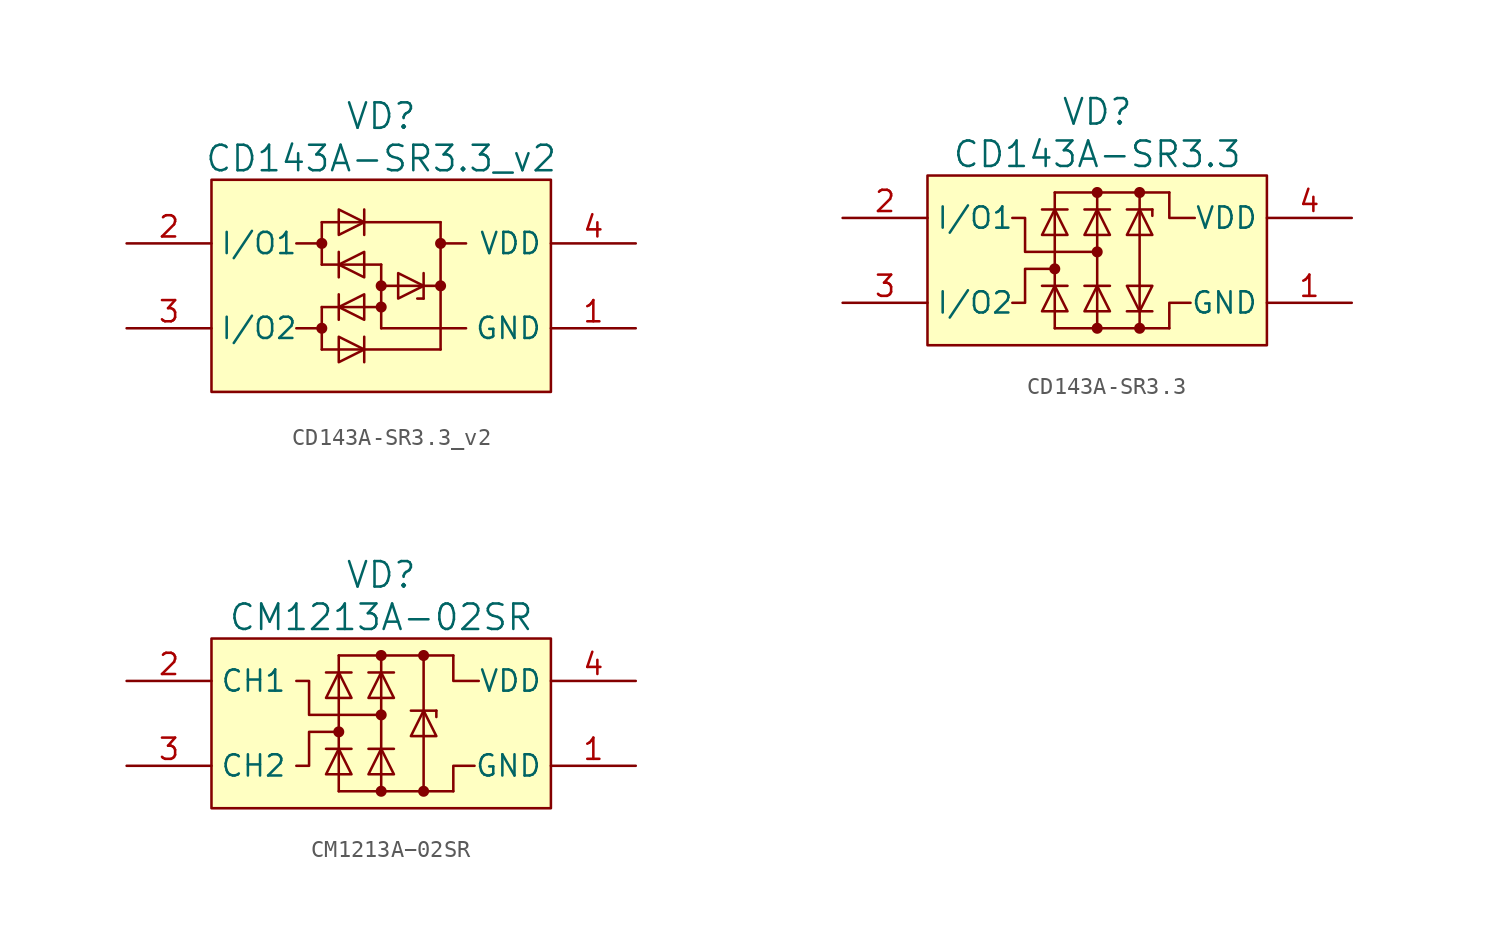
<source format=kicad_sym>
(kicad_symbol_lib
  (version 20220914)
  (generator kicad_symbol_editor)
  (symbol "CD143A-SR3.3_v2"
    (property "Reference" "VD"
      (at 0 10.16 0)
      (effects (font (size 1.524 1.524))))
    (property "Value" "CD143A-SR3.3_v2"
      (at 0 7.62 0)
      (effects (font (size 1.524 1.524))))
    (property "Datasheet" ""
      (at 16.51 -1.27 0)
      (effects (font (size 1.524 1.524))))
    (symbol "CD143A-SR3.3_v2_0_1"
      (rectangle (start -10.16 6.35) (end 10.16 -6.35) (stroke (width 0) (type solid)) (fill (type background)))
      (circle (center -3.556 -2.54) (radius 0.254) (stroke (width 0) (type solid)) (fill (type outline)))
      (circle (center -3.556 2.54) (radius 0.254) (stroke (width 0) (type solid)) (fill (type outline)))
      (circle (center 0 -1.27) (radius 0.254) (stroke (width 0) (type solid)) (fill (type outline)))
      (polyline (pts (xy -3.556 -3.81) (xy -3.556 -1.27)) (stroke (width 0) (type solid)) (fill (type none)))
      (polyline (pts (xy -3.556 -3.81) (xy 3.556 -3.81)) (stroke (width 0) (type solid)) (fill (type none)))
      (polyline (pts (xy -3.556 -2.54) (xy -5.08 -2.54)) (stroke (width 0) (type solid)) (fill (type none)))
      (polyline (pts (xy -3.556 -1.27) (xy 0 -1.27)) (stroke (width 0) (type solid)) (fill (type none)))
      (polyline (pts (xy -3.556 1.27) (xy -3.556 3.81)) (stroke (width 0) (type solid)) (fill (type none)))
      (polyline (pts (xy -3.556 1.27) (xy 0 1.27)) (stroke (width 0) (type solid)) (fill (type none)))
      (polyline (pts (xy -3.556 2.54) (xy -5.08 2.54)) (stroke (width 0) (type solid)) (fill (type none)))
      (polyline (pts (xy -3.556 3.81) (xy 3.556 3.81)) (stroke (width 0) (type solid)) (fill (type none)))
      (polyline (pts (xy -2.54 -2.032) (xy -2.54 -0.508)) (stroke (width 0) (type solid)) (fill (type none)))
      (polyline (pts (xy -2.54 0.508) (xy -2.54 2.032)) (stroke (width 0) (type solid)) (fill (type none)))
      (polyline (pts (xy -1.016 -4.572) (xy -1.016 -3.048)) (stroke (width 0) (type solid)) (fill (type none)))
      (polyline (pts (xy -1.016 3.048) (xy -1.016 4.572)) (stroke (width 0) (type solid)) (fill (type none)))
      (polyline (pts (xy 0 -2.54) (xy 0 1.27)) (stroke (width 0) (type solid)) (fill (type none)))
      (polyline (pts (xy 2.54 -0.762) (xy 2.159 -0.762)) (stroke (width 0) (type solid)) (fill (type none)))
      (polyline (pts (xy 2.54 -0.762) (xy 2.54 0.762)) (stroke (width 0) (type solid)) (fill (type none)))
      (polyline (pts (xy 3.556 -3.81) (xy 3.556 3.81)) (stroke (width 0) (type solid)) (fill (type none)))
      (polyline (pts (xy 3.556 0) (xy 0 0)) (stroke (width 0) (type solid)) (fill (type none)))
      (polyline (pts (xy 5.08 -2.54) (xy 0 -2.54)) (stroke (width 0) (type solid)) (fill (type none)))
      (polyline (pts (xy 5.08 2.54) (xy 3.556 2.54)) (stroke (width 0) (type solid)) (fill (type none)))
      (polyline (pts (xy -2.54 -1.27) (xy -1.016 -0.508) (xy -1.016 -2.032) (xy -2.54 -1.27)) (stroke (width 0) (type solid)) (fill (type none)))
      (polyline (pts (xy -2.54 1.27) (xy -1.016 2.032) (xy -1.016 0.508) (xy -2.54 1.27)) (stroke (width 0) (type solid)) (fill (type none)))
      (polyline (pts (xy -1.016 -3.81) (xy -2.54 -3.048) (xy -2.54 -4.572) (xy -1.016 -3.81)) (stroke (width 0) (type solid)) (fill (type none)))
      (polyline (pts (xy -1.016 3.81) (xy -2.54 4.572) (xy -2.54 3.048) (xy -1.016 3.81)) (stroke (width 0) (type solid)) (fill (type none)))
      (polyline (pts (xy 2.54 0) (xy 1.016 0.762) (xy 1.016 -0.762) (xy 2.54 0)) (stroke (width 0) (type solid)) (fill (type none)))
      (circle (center 0 0) (radius 0.254) (stroke (width 0) (type solid)) (fill (type outline)))
      (circle (center 3.556 0) (radius 0.254) (stroke (width 0) (type solid)) (fill (type outline)))
      (circle (center 3.556 2.54) (radius 0.254) (stroke (width 0) (type solid)) (fill (type outline))))
    (symbol "CD143A-SR3.3_v2_1_1"
      (pin power_in line (at 15.24 -2.54 180) (length 5.08) (name "GND" (effects (font (size 1.27 1.27)))) (number "1" (effects (font (size 1.27 1.27)))))
      (pin passive line (at -15.24 2.54 0) (length 5.08) (name "I/O1" (effects (font (size 1.27 1.27)))) (number "2" (effects (font (size 1.27 1.27)))))
      (pin passive line (at -15.24 -2.54 0) (length 5.08) (name "I/O2" (effects (font (size 1.27 1.27)))) (number "3" (effects (font (size 1.27 1.27)))))
      (pin power_in line (at 15.24 2.54 180) (length 5.08) (name "VDD" (effects (font (size 1.27 1.27)))) (number "4" (effects (font (size 1.27 1.27)))))))
  (symbol "CD143A-SR3.3"
    (property "Reference" "VD"
      (at 0 8.89 0)
      (effects (font (size 1.524 1.524))))
    (property "Value" "CD143A-SR3.3"
      (at 0 6.35 0)
      (effects (font (size 1.524 1.524))))
    (property "Datasheet" ""
      (at 16.51 -1.27 0)
      (effects (font (size 1.524 1.524))))
    (symbol "CD143A-SR3.3_0_1"
      (rectangle (start -10.16 5.08) (end 10.16 -5.08) (stroke (width 0) (type solid)) (fill (type background)))
      (circle (center -2.54 -0.508) (radius 0.254) (stroke (width 0) (type solid)) (fill (type outline)))
      (circle (center 0 -4.064) (radius 0.254) (stroke (width 0) (type solid)) (fill (type outline)))
      (polyline (pts (xy -2.54 -4.064) (xy 4.318 -4.064)) (stroke (width 0) (type solid)) (fill (type none)))
      (polyline (pts (xy -2.54 4.064) (xy 4.318 4.064)) (stroke (width 0) (type solid)) (fill (type none)))
      (polyline (pts (xy -1.778 -1.524) (xy -3.302 -1.524)) (stroke (width 0) (type solid)) (fill (type none)))
      (polyline (pts (xy -1.778 3.048) (xy -3.302 3.048)) (stroke (width 0) (type solid)) (fill (type none)))
      (polyline (pts (xy 0 -4.064) (xy 0 4.064)) (stroke (width 0) (type solid)) (fill (type none)))
      (polyline (pts (xy 0.762 -1.524) (xy -0.762 -1.524)) (stroke (width 0) (type solid)) (fill (type none)))
      (polyline (pts (xy 0.762 3.048) (xy -0.762 3.048)) (stroke (width 0) (type solid)) (fill (type none)))
      (polyline (pts (xy 1.778 -3.048) (xy 3.302 -3.048)) (stroke (width 0) (type solid)) (fill (type none)))
      (polyline (pts (xy 2.54 -4.064) (xy 2.54 4.064)) (stroke (width 0) (type solid)) (fill (type none)))
      (polyline (pts (xy 3.302 3.048) (xy 1.778 3.048)) (stroke (width 0) (type solid)) (fill (type none)))
      (polyline (pts (xy 3.302 3.048) (xy 3.302 2.667)) (stroke (width 0) (type solid)) (fill (type none)))
      (polyline (pts (xy -2.54 4.064) (xy -2.54 -1.016) (xy -2.54 -4.064)) (stroke (width 0) (type solid)) (fill (type none)))
      (polyline (pts (xy 4.318 -4.064) (xy 4.318 -2.54) (xy 5.588 -2.54)) (stroke (width 0) (type solid)) (fill (type none)))
      (polyline (pts (xy 4.318 4.064) (xy 4.318 2.54) (xy 5.842 2.54)) (stroke (width 0) (type solid)) (fill (type none)))
      (polyline (pts (xy -5.08 2.54) (xy -4.318 2.54) (xy -4.318 0.508) (xy 0 0.508)) (stroke (width 0) (type solid)) (fill (type none)))
      (polyline (pts (xy -2.54 -1.524) (xy -3.302 -3.048) (xy -1.778 -3.048) (xy -2.54 -1.524)) (stroke (width 0) (type solid)) (fill (type none)))
      (polyline (pts (xy -2.54 -0.508) (xy -4.318 -0.508) (xy -4.318 -2.54) (xy -5.08 -2.54)) (stroke (width 0) (type solid)) (fill (type none)))
      (polyline (pts (xy -2.54 3.048) (xy -3.302 1.524) (xy -1.778 1.524) (xy -2.54 3.048)) (stroke (width 0) (type solid)) (fill (type none)))
      (polyline (pts (xy 0 -1.524) (xy -0.762 -3.048) (xy 0.762 -3.048) (xy 0 -1.524)) (stroke (width 0) (type solid)) (fill (type none)))
      (polyline (pts (xy 0 3.048) (xy -0.762 1.524) (xy 0.762 1.524) (xy 0 3.048)) (stroke (width 0) (type solid)) (fill (type none)))
      (polyline (pts (xy 2.54 -3.048) (xy 3.302 -1.524) (xy 1.778 -1.524) (xy 2.54 -3.048)) (stroke (width 0) (type solid)) (fill (type none)))
      (polyline (pts (xy 2.54 3.048) (xy 1.778 1.524) (xy 3.302 1.524) (xy 2.54 3.048)) (stroke (width 0) (type solid)) (fill (type none)))
      (circle (center 0 0.508) (radius 0.254) (stroke (width 0) (type solid)) (fill (type outline)))
      (circle (center 0 4.064) (radius 0.254) (stroke (width 0) (type solid)) (fill (type outline)))
      (circle (center 2.54 -4.064) (radius 0.254) (stroke (width 0) (type solid)) (fill (type outline)))
      (circle (center 2.54 4.064) (radius 0.254) (stroke (width 0) (type solid)) (fill (type outline))))
    (symbol "CD143A-SR3.3_1_1"
      (pin power_in line (at 15.24 -2.54 180) (length 5.08) (name "GND" (effects (font (size 1.27 1.27)))) (number "1" (effects (font (size 1.27 1.27)))))
      (pin passive line (at -15.24 2.54 0) (length 5.08) (name "I/O1" (effects (font (size 1.27 1.27)))) (number "2" (effects (font (size 1.27 1.27)))))
      (pin passive line (at -15.24 -2.54 0) (length 5.08) (name "I/O2" (effects (font (size 1.27 1.27)))) (number "3" (effects (font (size 1.27 1.27)))))
      (pin power_in line (at 15.24 2.54 180) (length 5.08) (name "VDD" (effects (font (size 1.27 1.27)))) (number "4" (effects (font (size 1.27 1.27)))))))
  (symbol "CM1213A−02SR"
    (property "Reference" "VD"
      (at 0 8.89 0)
      (effects (font (size 1.524 1.524))))
    (property "Value" "CM1213A−02SR"
      (at 0 6.35 0)
      (effects (font (size 1.524 1.524))))
    (property "Datasheet" ""
      (at 16.51 -1.27 0)
      (effects (font (size 1.524 1.524))))
    (symbol "CM1213A−02SR_0_1"
      (rectangle (start -10.16 5.08) (end 10.16 -5.08) (stroke (width 0) (type solid)) (fill (type background)))
      (circle (center -2.54 -0.508) (radius 0.254) (stroke (width 0) (type solid)) (fill (type outline)))
      (circle (center 0 -4.064) (radius 0.254) (stroke (width 0) (type solid)) (fill (type outline)))
      (polyline (pts (xy -2.54 -4.064) (xy 4.318 -4.064)) (stroke (width 0) (type solid)) (fill (type none)))
      (polyline (pts (xy -2.54 4.064) (xy 4.318 4.064)) (stroke (width 0) (type solid)) (fill (type none)))
      (polyline (pts (xy -1.778 -1.524) (xy -3.302 -1.524)) (stroke (width 0) (type solid)) (fill (type none)))
      (polyline (pts (xy -1.778 3.048) (xy -3.302 3.048)) (stroke (width 0) (type solid)) (fill (type none)))
      (polyline (pts (xy 0 -4.064) (xy 0 4.064)) (stroke (width 0) (type solid)) (fill (type none)))
      (polyline (pts (xy 0.762 -1.524) (xy -0.762 -1.524)) (stroke (width 0) (type solid)) (fill (type none)))
      (polyline (pts (xy 0.762 3.048) (xy -0.762 3.048)) (stroke (width 0) (type solid)) (fill (type none)))
      (polyline (pts (xy 2.54 -4.064) (xy 2.54 4.064)) (stroke (width 0) (type solid)) (fill (type none)))
      (polyline (pts (xy 3.302 0.762) (xy 1.778 0.762)) (stroke (width 0) (type solid)) (fill (type none)))
      (polyline (pts (xy 3.302 0.762) (xy 3.302 0.381)) (stroke (width 0) (type solid)) (fill (type none)))
      (polyline (pts (xy -2.54 4.064) (xy -2.54 -1.016) (xy -2.54 -4.064)) (stroke (width 0) (type solid)) (fill (type none)))
      (polyline (pts (xy 4.318 -4.064) (xy 4.318 -2.54) (xy 5.588 -2.54)) (stroke (width 0) (type solid)) (fill (type none)))
      (polyline (pts (xy 4.318 4.064) (xy 4.318 2.54) (xy 5.842 2.54)) (stroke (width 0) (type solid)) (fill (type none)))
      (polyline (pts (xy -5.08 2.54) (xy -4.318 2.54) (xy -4.318 0.508) (xy 0 0.508)) (stroke (width 0) (type solid)) (fill (type none)))
      (polyline (pts (xy -2.54 -1.524) (xy -3.302 -3.048) (xy -1.778 -3.048) (xy -2.54 -1.524)) (stroke (width 0) (type solid)) (fill (type none)))
      (polyline (pts (xy -2.54 -0.508) (xy -4.318 -0.508) (xy -4.318 -2.54) (xy -5.08 -2.54)) (stroke (width 0) (type solid)) (fill (type none)))
      (polyline (pts (xy -2.54 3.048) (xy -3.302 1.524) (xy -1.778 1.524) (xy -2.54 3.048)) (stroke (width 0) (type solid)) (fill (type none)))
      (polyline (pts (xy 0 -1.524) (xy -0.762 -3.048) (xy 0.762 -3.048) (xy 0 -1.524)) (stroke (width 0) (type solid)) (fill (type none)))
      (polyline (pts (xy 0 3.048) (xy -0.762 1.524) (xy 0.762 1.524) (xy 0 3.048)) (stroke (width 0) (type solid)) (fill (type none)))
      (polyline (pts (xy 2.54 0.762) (xy 1.778 -0.762) (xy 3.302 -0.762) (xy 2.54 0.762)) (stroke (width 0) (type solid)) (fill (type none)))
      (circle (center 0 0.508) (radius 0.254) (stroke (width 0) (type solid)) (fill (type outline)))
      (circle (center 0 4.064) (radius 0.254) (stroke (width 0) (type solid)) (fill (type outline)))
      (circle (center 2.54 -4.064) (radius 0.254) (stroke (width 0) (type solid)) (fill (type outline)))
      (circle (center 2.54 4.064) (radius 0.254) (stroke (width 0) (type solid)) (fill (type outline))))
    (symbol "CM1213A−02SR_1_1"
      (pin power_in line (at 15.24 -2.54 180) (length 5.08) (name "GND" (effects (font (size 1.27 1.27)))) (number "1" (effects (font (size 1.27 1.27)))))
      (pin passive line (at -15.24 2.54 0) (length 5.08) (name "CH1" (effects (font (size 1.27 1.27)))) (number "2" (effects (font (size 1.27 1.27)))))
      (pin passive line (at -15.24 -2.54 0) (length 5.08) (name "CH2" (effects (font (size 1.27 1.27)))) (number "3" (effects (font (size 1.27 1.27)))))
      (pin power_in line (at 15.24 2.54 180) (length 5.08) (name "VDD" (effects (font (size 1.27 1.27)))) (number "4" (effects (font (size 1.27 1.27))))))))
</source>
